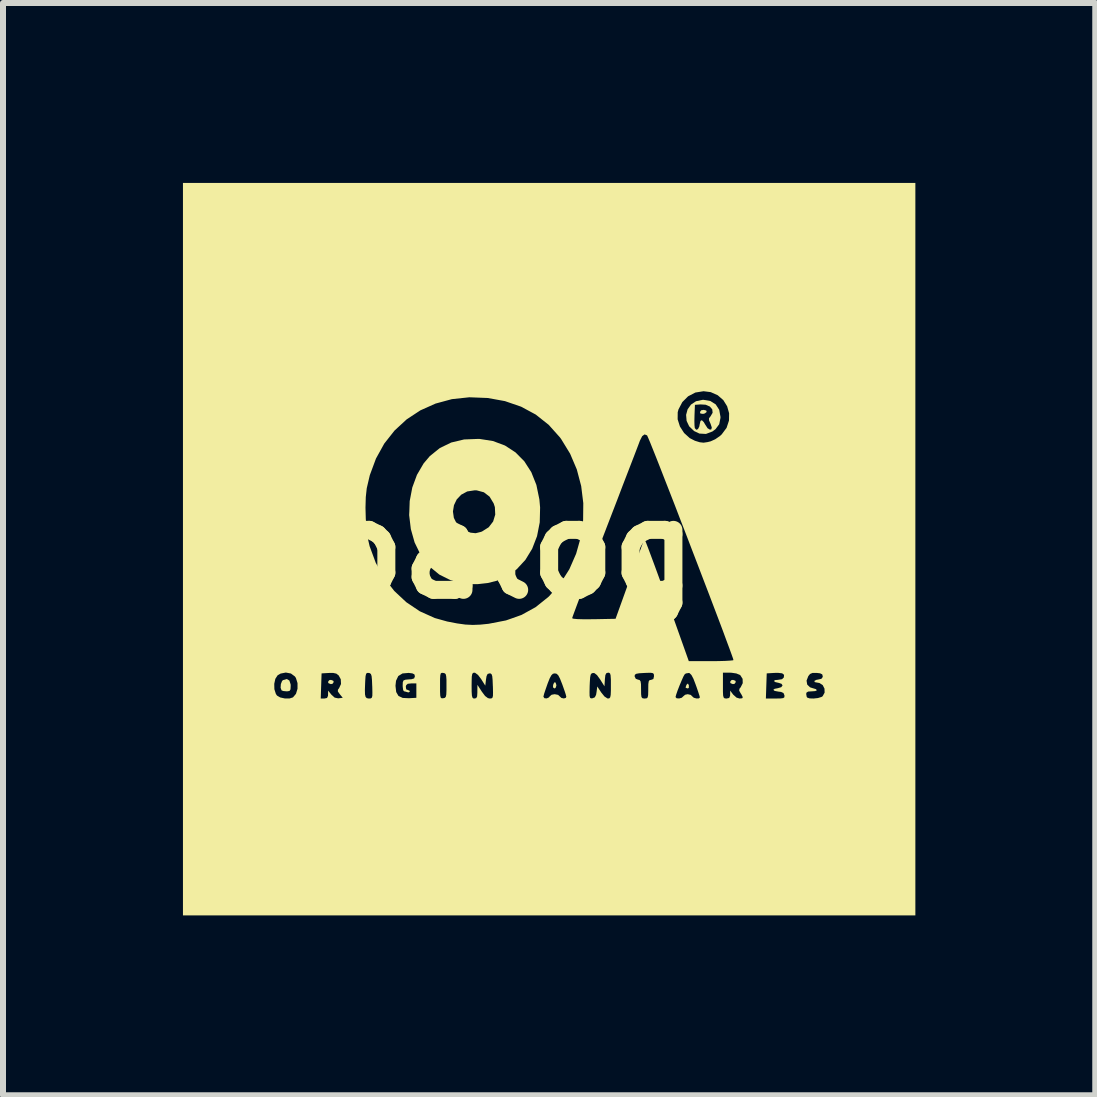
<source format=kicad_pcb>
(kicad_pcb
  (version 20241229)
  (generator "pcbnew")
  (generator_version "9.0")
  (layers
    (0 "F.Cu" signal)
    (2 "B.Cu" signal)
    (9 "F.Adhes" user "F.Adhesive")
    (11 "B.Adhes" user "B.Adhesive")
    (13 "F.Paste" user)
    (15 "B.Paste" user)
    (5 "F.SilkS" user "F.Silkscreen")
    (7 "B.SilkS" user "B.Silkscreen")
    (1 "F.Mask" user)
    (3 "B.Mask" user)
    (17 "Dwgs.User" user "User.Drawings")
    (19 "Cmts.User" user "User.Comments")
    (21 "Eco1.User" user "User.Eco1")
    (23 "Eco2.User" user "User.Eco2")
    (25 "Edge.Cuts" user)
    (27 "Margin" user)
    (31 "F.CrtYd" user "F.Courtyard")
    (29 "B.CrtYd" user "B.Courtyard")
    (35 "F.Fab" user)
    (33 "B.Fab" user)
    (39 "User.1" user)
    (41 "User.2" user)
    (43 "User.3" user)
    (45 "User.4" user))
  (footprint "oalogo"
    (layer "F.Cu")
    (at 6.105 6.105)
    (property "Reference" "oalogo" (at 0 0 0) (layer "F.SilkS") (effects (font (size 1.5 1.5) (thickness 0.3))))
    (attr board_only exclude_from_pos_files exclude_from_bom)
    (fp_poly (pts (xy -3.6 2.193) (xy -3.591 2.214) (xy -3.611 2.244) (xy -3.639 2.25) (xy -3.678 2.235) (xy -3.687 2.214) (xy -3.667 2.185) (xy -3.639 2.179)) (stroke (width 0) (type solid)) (fill yes) (layer "F.SilkS"))
    (fp_poly (pts (xy 0.106 2.222) (xy 0.119 2.262) (xy 0.12 2.276) (xy 0.106 2.314) (xy 0.087 2.322) (xy 0.064 2.303) (xy 0.066 2.263) (xy 0.084 2.222)) (stroke (width 0) (type solid)) (fill yes) (layer "F.SilkS"))
    (fp_poly (pts (xy 2.619 -2.311) (xy 2.626 -2.287) (xy 2.596 -2.263) (xy 2.566 -2.255) (xy 2.522 -2.261) (xy 2.514 -2.285) (xy 2.534 -2.315) (xy 2.576 -2.322)) (stroke (width 0) (type solid)) (fill yes) (layer "F.SilkS"))
    (fp_poly (pts (xy 3.103 2.193) (xy 3.112 2.214) (xy 3.092 2.244) (xy 3.064 2.25) (xy 3.025 2.235) (xy 3.016 2.214) (xy 3.036 2.185) (xy 3.064 2.179)) (stroke (width 0) (type solid)) (fill yes) (layer "F.SilkS"))
    (fp_poly (pts (xy 2.328 2.269) (xy 2.329 2.272) (xy 2.328 2.314) (xy 2.308 2.322) (xy 2.278 2.312) (xy 2.275 2.304) (xy 2.286 2.27) (xy 2.295 2.254) (xy 2.314 2.24)) (stroke (width 0) (type solid)) (fill yes) (layer "F.SilkS"))
    (fp_poly (pts (xy -4.331 2.19) (xy -4.31 2.254) (xy -4.309 2.277) (xy -4.312 2.337) (xy -4.329 2.364) (xy -4.368 2.37) (xy -4.377 2.37) (xy -4.432 2.365) (xy -4.461 2.354) (xy -4.477 2.311) (xy -4.473 2.25) (xy -4.453 2.198) (xy -4.437 2.183) (xy -4.374 2.165)) (stroke (width 0) (type solid)) (fill yes) (layer "F.SilkS"))
    (fp_poly (pts (xy 2.687 -2.47) (xy 2.777 -2.413) (xy 2.835 -2.323) (xy 2.856 -2.206) (xy 2.856 -2.189) (xy 2.835 -2.083) (xy 2.774 -2.001) (xy 2.722 -1.962) (xy 2.614 -1.921) (xy 2.505 -1.927) (xy 2.416 -1.969) (xy 2.334 -2.048) (xy 2.292 -2.137) (xy 2.421 -2.137) (xy 2.423 -2.063) (xy 2.428 -2.019) (xy 2.429 -2.017) (xy 2.453 -1.99) (xy 2.481 -2.002) (xy 2.503 -2.045) (xy 2.509 -2.079) (xy 2.523 -2.138) (xy 2.546 -2.15) (xy 2.579 -2.116) (xy 2.597 -2.084) (xy 2.641 -2.016) (xy 2.681 -1.992) (xy 2.704 -1.998) (xy 2.711 -2.029) (xy 2.692 -2.086) (xy 2.689 -2.094) (xy 2.665 -2.149) (xy 2.665 -2.182) (xy 2.688 -2.212) (xy 2.69 -2.214) (xy 2.725 -2.274) (xy 2.719 -2.331) (xy 2.678 -2.378) (xy 2.608 -2.408) (xy 2.521 -2.413) (xy 2.43 -2.406) (xy 2.423 -2.229) (xy 2.421 -2.137) (xy 2.292 -2.137) (xy 2.291 -2.141) (xy 2.283 -2.239) (xy 2.308 -2.331) (xy 2.364 -2.41) (xy 2.448 -2.466) (xy 2.557 -2.489) (xy 2.569 -2.49)) (stroke (width 0) (type solid)) (fill yes) (layer "F.SilkS"))
    (fp_poly (pts (xy -1.163 -1.838) (xy -0.938 -1.803) (xy -0.737 -1.728) (xy -0.562 -1.614) (xy -0.415 -1.466) (xy -0.298 -1.284) (xy -0.213 -1.071) (xy -0.163 -0.829) (xy -0.151 -0.694) (xy -0.157 -0.447) (xy -0.202 -0.217) (xy -0.283 -0.007) (xy -0.396 0.178) (xy -0.54 0.334) (xy -0.711 0.456) (xy -0.87 0.526) (xy -1.02 0.564) (xy -1.19 0.583) (xy -1.356 0.582) (xy -1.424 0.574) (xy -1.643 0.518) (xy -1.832 0.423) (xy -1.994 0.29) (xy -2.129 0.116) (xy -2.142 0.096) (xy -2.243 -0.112) (xy -2.306 -0.335) (xy -2.334 -0.568) (xy -2.331 -0.628) (xy -1.604 -0.628) (xy -1.589 -0.522) (xy -1.54 -0.424) (xy -1.454 -0.342) (xy -1.412 -0.317) (xy -1.311 -0.275) (xy -1.226 -0.266) (xy -1.136 -0.288) (xy -1.117 -0.296) (xy -1.008 -0.365) (xy -0.934 -0.461) (xy -0.899 -0.576) (xy -0.905 -0.701) (xy -0.925 -0.762) (xy -0.993 -0.875) (xy -1.088 -0.948) (xy -1.207 -0.98) (xy -1.242 -0.981) (xy -1.366 -0.962) (xy -1.466 -0.908) (xy -1.541 -0.829) (xy -1.587 -0.733) (xy -1.604 -0.628) (xy -2.331 -0.628) (xy -2.325 -0.801) (xy -2.282 -1.027) (xy -2.204 -1.239) (xy -2.093 -1.429) (xy -1.989 -1.552) (xy -1.822 -1.686) (xy -1.632 -1.778) (xy -1.418 -1.829) (xy -1.181 -1.838)) (stroke (width 0) (type solid)) (fill yes) (layer "F.SilkS"))
    (fp_poly (pts (xy 6.105 0) (xy 6.105 6.105) (xy 0 6.105) (xy -6.105 6.105) (xy -6.105 2.49) (xy -3.808 2.49) (xy -3.747 2.49) (xy -3.703 2.481) (xy -3.687 2.445) (xy -3.686 2.424) (xy -3.685 2.358) (xy -3.63 2.426) (xy -3.576 2.475) (xy -3.518 2.487) (xy -3.508 2.486) (xy -3.441 2.478) (xy -3.49 2.418) (xy -3.522 2.374) (xy -3.522 2.348) (xy -3.072 2.348) (xy -3.07 2.422) (xy -3.06 2.464) (xy -3.04 2.484) (xy -3.008 2.49) (xy -3.002 2.49) (xy -2.974 2.488) (xy -2.957 2.477) (xy -2.948 2.447) (xy -2.947 2.388) (xy -2.949 2.293) (xy -2.95 2.28) (xy -2.95 2.278) (xy -2.562 2.278) (xy -2.55 2.382) (xy -2.512 2.447) (xy -2.442 2.48) (xy -2.339 2.485) (xy -2.214 2.478) (xy -2.214 2.358) (xy -2.214 2.274) (xy -1.819 2.274) (xy -1.819 2.377) (xy -1.816 2.441) (xy -1.808 2.474) (xy -1.793 2.486) (xy -1.769 2.486) (xy -1.766 2.485) (xy -1.739 2.479) (xy -1.723 2.461) (xy -1.715 2.423) (xy -1.712 2.354) (xy -1.712 2.274) (xy -1.293 2.274) (xy -1.292 2.377) (xy -1.288 2.44) (xy -1.279 2.474) (xy -1.264 2.488) (xy -1.245 2.49) (xy -1.216 2.483) (xy -1.201 2.455) (xy -1.197 2.394) (xy -1.197 2.376) (xy -1.196 2.262) (xy -1.122 2.376) (xy -1.068 2.448) (xy -1.021 2.483) (xy -0.99 2.49) (xy -0.962 2.488) (xy -0.945 2.476) (xy -0.941 2.46) (xy -0.096 2.46) (xy -0.078 2.485) (xy -0.04 2.488) (xy -0.003 2.471) (xy 0.009 2.454) (xy 0.041 2.427) (xy 0.092 2.418) (xy 0.149 2.429) (xy 0.176 2.454) (xy 0.204 2.48) (xy 0.245 2.489) (xy 0.278 2.479) (xy 0.286 2.46) (xy 0.277 2.424) (xy 0.264 2.383) (xy 0.673 2.383) (xy 0.674 2.445) (xy 0.681 2.476) (xy 0.696 2.487) (xy 0.721 2.486) (xy 0.723 2.486) (xy 0.761 2.47) (xy 0.782 2.429) (xy 0.79 2.383) (xy 0.802 2.289) (xy 0.868 2.389) (xy 0.922 2.456) (xy 0.971 2.488) (xy 0.982 2.49) (xy 1.004 2.486) (xy 1.018 2.469) (xy 1.026 2.429) (xy 1.029 2.358) (xy 1.029 2.274) (xy 1.029 2.172) (xy 1.025 2.119) (xy 1.424 2.119) (xy 1.444 2.161) (xy 1.478 2.174) (xy 1.508 2.182) (xy 1.524 2.204) (xy 1.531 2.251) (xy 1.532 2.335) (xy 1.532 2.336) (xy 1.533 2.419) (xy 1.539 2.465) (xy 1.555 2.485) (xy 1.583 2.49) (xy 1.592 2.49) (xy 1.624 2.487) (xy 1.642 2.472) (xy 1.643 2.466) (xy 2.107 2.466) (xy 2.125 2.486) (xy 2.167 2.489) (xy 2.211 2.477) (xy 2.235 2.454) (xy 2.267 2.427) (xy 2.31 2.418) (xy 2.361 2.43) (xy 2.385 2.454) (xy 2.411 2.477) (xy 2.455 2.489) (xy 2.496 2.488) (xy 2.513 2.472) (xy 2.505 2.442) (xy 2.485 2.38) (xy 2.456 2.295) (xy 2.448 2.274) (xy 2.897 2.274) (xy 2.897 2.376) (xy 2.9 2.44) (xy 2.909 2.473) (xy 2.925 2.487) (xy 2.951 2.49) (xy 2.957 2.49) (xy 3.001 2.481) (xy 3.016 2.445) (xy 3.017 2.424) (xy 3.018 2.358) (xy 3.067 2.424) (xy 3.124 2.475) (xy 3.174 2.49) (xy 3.613 2.49) (xy 3.771 2.49) (xy 3.856 2.489) (xy 3.902 2.483) (xy 3.921 2.469) (xy 3.923 2.444) (xy 3.922 2.436) (xy 3.913 2.414) (xy 4.285 2.414) (xy 4.293 2.459) (xy 4.301 2.474) (xy 4.342 2.488) (xy 4.408 2.49) (xy 4.481 2.482) (xy 4.54 2.464) (xy 4.559 2.452) (xy 4.592 2.392) (xy 4.59 2.325) (xy 4.56 2.266) (xy 4.506 2.231) (xy 4.476 2.226) (xy 4.428 2.217) (xy 4.421 2.197) (xy 4.454 2.179) (xy 4.482 2.174) (xy 4.539 2.161) (xy 4.56 2.132) (xy 4.561 2.119) (xy 4.552 2.087) (xy 4.517 2.07) (xy 4.46 2.063) (xy 4.391 2.063) (xy 4.349 2.081) (xy 4.32 2.117) (xy 4.291 2.192) (xy 4.302 2.258) (xy 4.349 2.303) (xy 4.382 2.314) (xy 4.446 2.333) (xy 4.464 2.352) (xy 4.436 2.366) (xy 4.382 2.37) (xy 4.318 2.374) (xy 4.29 2.391) (xy 4.285 2.414) (xy 3.913 2.414) (xy 3.906 2.398) (xy 3.866 2.38) (xy 3.824 2.375) (xy 3.759 2.363) (xy 3.737 2.345) (xy 3.759 2.328) (xy 3.812 2.318) (xy 3.869 2.301) (xy 3.891 2.272) (xy 3.874 2.245) (xy 3.83 2.23) (xy 3.77 2.216) (xy 3.747 2.198) (xy 3.765 2.183) (xy 3.811 2.179) (xy 3.882 2.168) (xy 3.912 2.139) (xy 3.916 2.095) (xy 3.885 2.07) (xy 3.815 2.062) (xy 3.756 2.063) (xy 3.627 2.071) (xy 3.62 2.28) (xy 3.613 2.49) (xy 3.174 2.49) (xy 3.218 2.486) (xy 3.228 2.468) (xy 3.207 2.426) (xy 3.193 2.404) (xy 3.168 2.359) (xy 3.172 2.328) (xy 3.193 2.302) (xy 3.227 2.234) (xy 3.225 2.162) (xy 3.187 2.102) (xy 3.179 2.096) (xy 3.12 2.072) (xy 3.038 2.06) (xy 3.011 2.059) (xy 2.897 2.059) (xy 2.897 2.274) (xy 2.448 2.274) (xy 2.444 2.262) (xy 2.405 2.16) (xy 2.372 2.098) (xy 2.342 2.068) (xy 2.329 2.064) (xy 2.279 2.072) (xy 2.258 2.088) (xy 2.237 2.125) (xy 2.208 2.191) (xy 2.174 2.272) (xy 2.142 2.354) (xy 2.118 2.423) (xy 2.107 2.464) (xy 2.107 2.466) (xy 1.643 2.466) (xy 1.65 2.433) (xy 1.652 2.36) (xy 1.652 2.334) (xy 1.653 2.25) (xy 1.66 2.203) (xy 1.675 2.183) (xy 1.7 2.179) (xy 1.737 2.165) (xy 1.748 2.118) (xy 1.745 2.085) (xy 1.732 2.068) (xy 1.696 2.061) (xy 1.628 2.062) (xy 1.586 2.064) (xy 1.5 2.069) (xy 1.451 2.078) (xy 1.429 2.094) (xy 1.424 2.119) (xy 1.025 2.119) (xy 1.025 2.108) (xy 1.016 2.074) (xy 1 2.061) (xy 0.983 2.059) (xy 0.954 2.067) (xy 0.937 2.099) (xy 0.929 2.167) (xy 0.929 2.173) (xy 0.922 2.286) (xy 0.85 2.172) (xy 0.798 2.1) (xy 0.756 2.067) (xy 0.73 2.064) (xy 0.707 2.072) (xy 0.692 2.093) (xy 0.683 2.138) (xy 0.678 2.216) (xy 0.675 2.282) (xy 0.673 2.383) (xy 0.264 2.383) (xy 0.255 2.357) (xy 0.225 2.272) (xy 0.217 2.25) (xy 0.181 2.159) (xy 0.153 2.105) (xy 0.126 2.078) (xy 0.096 2.071) (xy 0.094 2.071) (xy 0.063 2.077) (xy 0.037 2.102) (xy 0.009 2.153) (xy -0.026 2.241) (xy -0.029 2.25) (xy -0.06 2.339) (xy -0.084 2.411) (xy -0.095 2.455) (xy -0.096 2.46) (xy -0.941 2.46) (xy -0.937 2.446) (xy -0.936 2.387) (xy -0.938 2.29) (xy -0.939 2.28) (xy -0.943 2.179) (xy -0.949 2.117) (xy -0.96 2.085) (xy -0.977 2.072) (xy -0.993 2.071) (xy -1.026 2.08) (xy -1.044 2.117) (xy -1.053 2.173) (xy -1.065 2.275) (xy -1.133 2.167) (xy -1.186 2.097) (xy -1.233 2.062) (xy -1.247 2.059) (xy -1.269 2.063) (xy -1.282 2.081) (xy -1.29 2.123) (xy -1.292 2.197) (xy -1.293 2.274) (xy -1.712 2.274) (xy -1.712 2.175) (xy -1.717 2.115) (xy -1.726 2.082) (xy -1.744 2.068) (xy -1.766 2.063) (xy -1.791 2.062) (xy -1.807 2.072) (xy -1.815 2.103) (xy -1.819 2.163) (xy -1.819 2.262) (xy -1.819 2.274) (xy -2.214 2.274) (xy -2.214 2.238) (xy -2.298 2.238) (xy -2.357 2.244) (xy -2.383 2.267) (xy -2.39 2.292) (xy -2.383 2.337) (xy -2.36 2.346) (xy -2.327 2.36) (xy -2.322 2.373) (xy -2.34 2.388) (xy -2.36 2.385) (xy -2.406 2.372) (xy -2.42 2.37) (xy -2.434 2.349) (xy -2.441 2.296) (xy -2.442 2.274) (xy -2.44 2.219) (xy -2.428 2.189) (xy -2.394 2.176) (xy -2.326 2.17) (xy -2.298 2.169) (xy -2.251 2.155) (xy -2.238 2.119) (xy -2.247 2.087) (xy -2.28 2.071) (xy -2.343 2.063) (xy -2.445 2.072) (xy -2.515 2.115) (xy -2.553 2.194) (xy -2.562 2.278) (xy -2.95 2.278) (xy -2.954 2.179) (xy -2.96 2.117) (xy -2.971 2.083) (xy -2.989 2.068) (xy -3.008 2.063) (xy -3.035 2.063) (xy -3.051 2.077) (xy -3.061 2.117) (xy -3.066 2.19) (xy -3.068 2.234) (xy -3.072 2.348) (xy -3.522 2.348) (xy -3.522 2.344) (xy -3.502 2.317) (xy -3.47 2.248) (xy -3.474 2.169) (xy -3.509 2.105) (xy -3.548 2.075) (xy -3.602 2.063) (xy -3.673 2.064) (xy -3.794 2.071) (xy -3.801 2.28) (xy -3.808 2.49) (xy -6.105 2.49) (xy -6.105 2.245) (xy -4.583 2.245) (xy -4.581 2.335) (xy -4.556 2.413) (xy -4.537 2.441) (xy -4.484 2.472) (xy -4.406 2.489) (xy -4.327 2.489) (xy -4.271 2.471) (xy -4.221 2.412) (xy -4.195 2.327) (xy -4.195 2.233) (xy -4.222 2.147) (xy -4.239 2.122) (xy -4.305 2.073) (xy -4.39 2.057) (xy -4.477 2.074) (xy -4.527 2.103) (xy -4.565 2.162) (xy -4.583 2.245) (xy -6.105 2.245) (xy -6.105 0) (xy -6.105 -0.692) (xy -3.062 -0.692) (xy -3.057 -0.504) (xy -3.042 -0.319) (xy -3.017 -0.153) (xy -2.993 -0.049) (xy -2.891 0.227) (xy -2.753 0.477) (xy -2.582 0.697) (xy -2.382 0.884) (xy -2.156 1.036) (xy -1.907 1.148) (xy -1.7 1.206) (xy -1.534 1.238) (xy -1.397 1.257) (xy -1.273 1.263) (xy -1.145 1.258) (xy -1.009 1.244) (xy -0.72 1.188) (xy -0.614 1.151) (xy 0.383 1.151) (xy 0.406 1.16) (xy 0.473 1.166) (xy 0.581 1.169) (xy 0.724 1.168) (xy 0.745 1.168) (xy 1.107 1.161) (xy 1.342 0.508) (xy 1.402 0.34) (xy 1.457 0.187) (xy 1.505 0.053) (xy 1.544 -0.055) (xy 1.571 -0.131) (xy 1.584 -0.169) (xy 1.585 -0.171) (xy 1.595 -0.155) (xy 1.619 -0.098) (xy 1.655 -0.004) (xy 1.702 0.122) (xy 1.759 0.275) (xy 1.824 0.453) (xy 1.895 0.649) (xy 1.961 0.835) (xy 2.328 1.867) (xy 2.695 1.867) (xy 2.822 1.866) (xy 2.932 1.863) (xy 3.015 1.858) (xy 3.064 1.853) (xy 3.072 1.849) (xy 3.066 1.825) (xy 3.043 1.76) (xy 3.006 1.658) (xy 2.956 1.524) (xy 2.896 1.361) (xy 2.825 1.173) (xy 2.746 0.965) (xy 2.661 0.741) (xy 2.57 0.504) (xy 2.476 0.258) (xy 2.38 0.008) (xy 2.284 -0.243) (xy 2.188 -0.49) (xy 2.096 -0.73) (xy 2.007 -0.958) (xy 1.924 -1.17) (xy 1.849 -1.363) (xy 1.782 -1.533) (xy 1.725 -1.675) (xy 1.681 -1.785) (xy 1.649 -1.86) (xy 1.633 -1.895) (xy 1.632 -1.897) (xy 1.591 -1.913) (xy 1.551 -1.884) (xy 1.514 -1.811) (xy 1.511 -1.804) (xy 1.497 -1.766) (xy 1.467 -1.687) (xy 1.423 -1.572) (xy 1.366 -1.424) (xy 1.298 -1.248) (xy 1.221 -1.048) (xy 1.137 -0.827) (xy 1.046 -0.591) (xy 0.95 -0.342) (xy 0.931 -0.292) (xy 0.835 -0.044) (xy 0.745 0.191) (xy 0.661 0.409) (xy 0.586 0.606) (xy 0.52 0.779) (xy 0.466 0.923) (xy 0.424 1.036) (xy 0.396 1.112) (xy 0.384 1.148) (xy 0.383 1.151) (xy -0.614 1.151) (xy -0.46 1.096) (xy -0.226 0.967) (xy -0.015 0.798) (xy 0.002 0.782) (xy 0.187 0.571) (xy 0.337 0.334) (xy 0.45 0.075) (xy 0.527 -0.198) (xy 0.566 -0.481) (xy 0.569 -0.767) (xy 0.534 -1.052) (xy 0.461 -1.329) (xy 0.349 -1.592) (xy 0.199 -1.837) (xy 0.179 -1.864) (xy -0.008 -2.073) (xy -0.123 -2.164) (xy 2.142 -2.164) (xy 2.18 -2.045) (xy 2.249 -1.937) (xy 2.344 -1.851) (xy 2.43 -1.807) (xy 2.511 -1.782) (xy 2.574 -1.775) (xy 2.642 -1.785) (xy 2.693 -1.798) (xy 2.768 -1.832) (xy 2.847 -1.886) (xy 2.876 -1.913) (xy 2.958 -2.023) (xy 2.998 -2.144) (xy 3 -2.266) (xy 2.967 -2.382) (xy 2.903 -2.485) (xy 2.81 -2.566) (xy 2.693 -2.618) (xy 2.574 -2.633) (xy 2.437 -2.611) (xy 2.316 -2.548) (xy 2.22 -2.452) (xy 2.156 -2.33) (xy 2.143 -2.282) (xy 2.142 -2.164) (xy -0.123 -2.164) (xy -0.224 -2.244) (xy -0.467 -2.375) (xy -0.737 -2.468) (xy -1.023 -2.52) (xy -1.33 -2.532) (xy -1.621 -2.501) (xy -1.894 -2.427) (xy -2.147 -2.314) (xy -2.375 -2.164) (xy -2.577 -1.978) (xy -2.749 -1.76) (xy -2.887 -1.511) (xy -2.99 -1.233) (xy -3.041 -1.015) (xy -3.057 -0.868) (xy -3.062 -0.692) (xy -6.105 -0.692) (xy -6.105 -6.105) (xy 0 -6.105) (xy 6.105 -6.105)) (stroke (width 0) (type solid)) (fill yes) (layer "F.SilkS")))
  (gr_rect
    (start -3 -3)
    (end 15.209 15.209)
    (stroke (width 0.1) (type default))
    (fill no)
    (layer "Edge.Cuts")))
</source>
